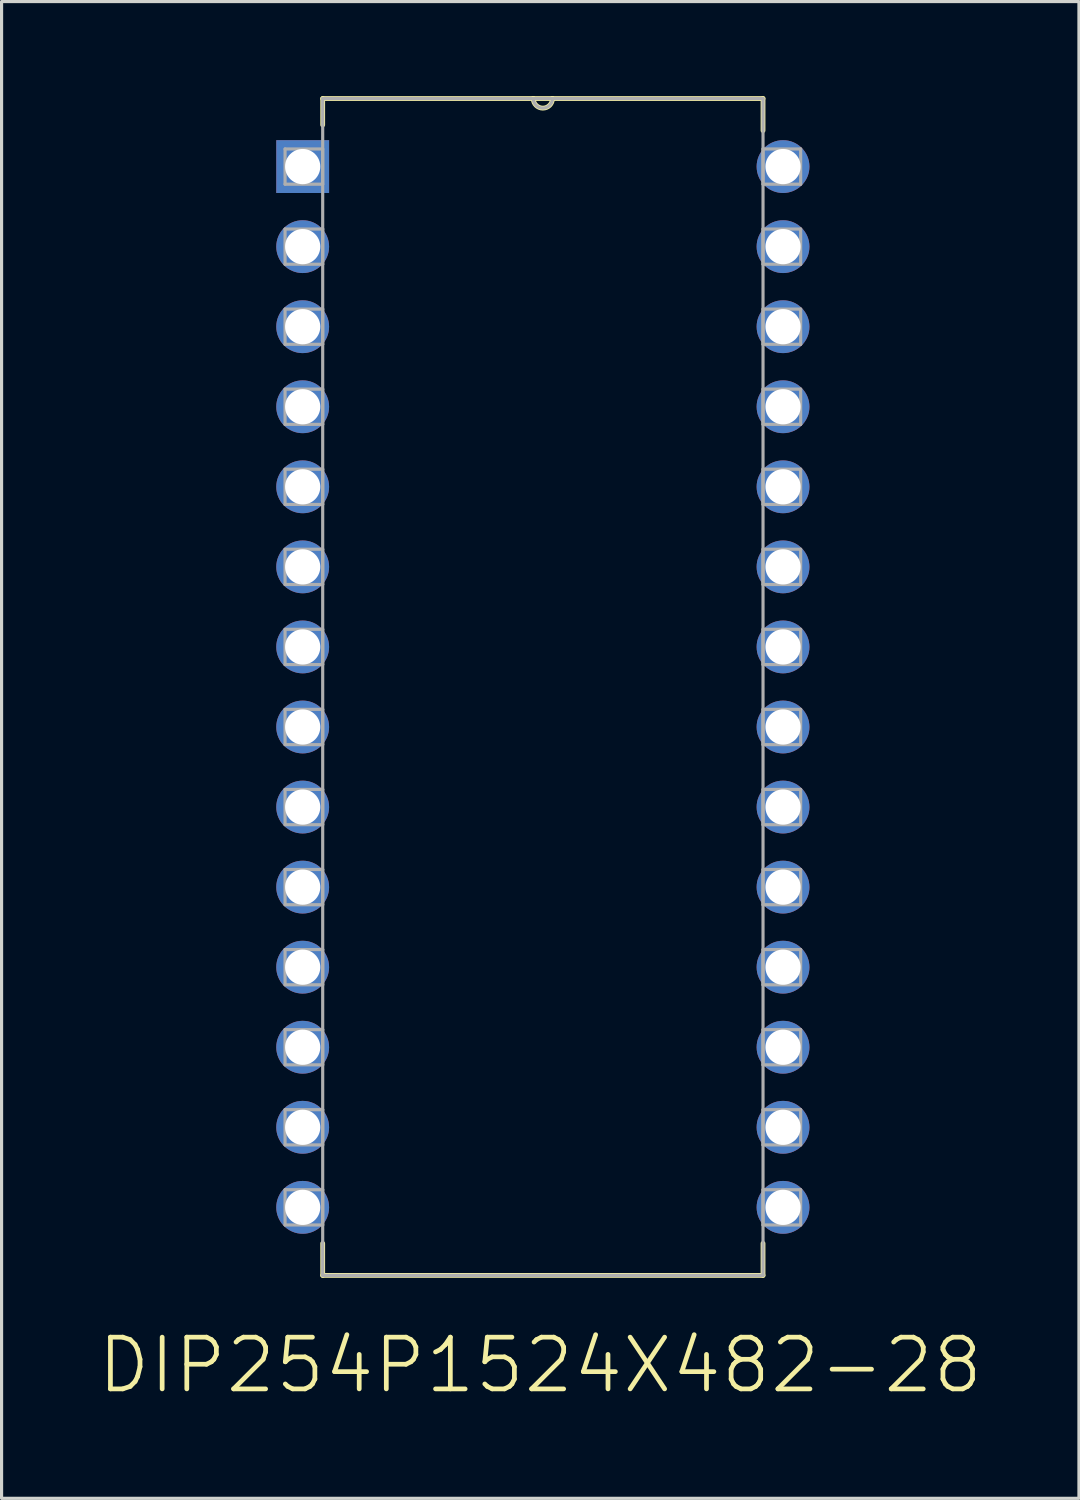
<source format=kicad_pcb>
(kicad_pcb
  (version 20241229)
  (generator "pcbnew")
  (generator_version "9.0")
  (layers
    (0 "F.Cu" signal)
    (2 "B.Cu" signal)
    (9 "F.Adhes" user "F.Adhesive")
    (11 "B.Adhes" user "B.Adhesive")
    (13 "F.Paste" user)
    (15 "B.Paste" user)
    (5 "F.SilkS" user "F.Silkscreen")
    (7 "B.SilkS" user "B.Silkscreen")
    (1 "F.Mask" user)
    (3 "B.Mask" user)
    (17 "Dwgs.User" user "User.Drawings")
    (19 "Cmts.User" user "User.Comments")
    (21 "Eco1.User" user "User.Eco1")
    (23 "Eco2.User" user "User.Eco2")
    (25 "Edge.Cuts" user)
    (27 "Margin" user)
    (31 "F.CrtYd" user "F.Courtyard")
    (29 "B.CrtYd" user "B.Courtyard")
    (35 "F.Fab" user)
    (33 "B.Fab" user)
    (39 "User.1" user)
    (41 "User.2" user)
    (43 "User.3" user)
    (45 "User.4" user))
  (footprint "DIP254P1524X482-28"
    (layer "F.Cu")
    (at 21.793 35.255)
    (property "Reference" "DIP254P1524X482-28" (at -7.703 5.008 0) (layer "F.SilkS") (effects (font (size 1.641 1.641) (thickness 0.15))))
    (attr through_hole)
    (fp_line (start -14.605 -35.179) (end -14.605 -34.341) (stroke (width 0.152) (type solid)) (layer "F.SilkS"))
    (fp_line (start -14.605 1.143) (end -14.605 2.159) (stroke (width 0.152) (type solid)) (layer "F.SilkS"))
    (fp_line (start -14.605 2.159) (end -0.635 2.159) (stroke (width 0.152) (type solid)) (layer "F.SilkS"))
    (fp_line (start -7.925 -35.179) (end -14.605 -35.179) (stroke (width 0.152) (type solid)) (layer "F.SilkS"))
    (fp_line (start -7.315 -35.179) (end -7.925 -35.179) (stroke (width 0.152) (type solid)) (layer "F.SilkS"))
    (fp_line (start -0.635 -35.179) (end -7.315 -35.179) (stroke (width 0.152) (type solid)) (layer "F.SilkS"))
    (fp_line (start -0.635 -34.163) (end -0.635 -35.179) (stroke (width 0.152) (type solid)) (layer "F.SilkS"))
    (fp_line (start -0.635 2.159) (end -0.635 1.143) (stroke (width 0.152) (type solid)) (layer "F.SilkS"))
    (fp_arc (start -7.3152 -35.179) (mid -7.62 -34.8742) (end -7.9248 -35.179) (stroke (width 0.1524) (type solid)) (layer "F.SilkS"))
    (fp_line (start -15.799 -33.579) (end -15.799 -32.461) (stroke (width 0.1) (type solid)) (layer "F.Fab"))
    (fp_line (start -15.799 -32.461) (end -14.605 -32.461) (stroke (width 0.1) (type solid)) (layer "F.Fab"))
    (fp_line (start -15.799 -31.039) (end -15.799 -29.921) (stroke (width 0.1) (type solid)) (layer "F.Fab"))
    (fp_line (start -15.799 -29.921) (end -14.605 -29.921) (stroke (width 0.1) (type solid)) (layer "F.Fab"))
    (fp_line (start -15.799 -28.499) (end -15.799 -27.381) (stroke (width 0.1) (type solid)) (layer "F.Fab"))
    (fp_line (start -15.799 -27.381) (end -14.605 -27.381) (stroke (width 0.1) (type solid)) (layer "F.Fab"))
    (fp_line (start -15.799 -25.959) (end -15.799 -24.841) (stroke (width 0.1) (type solid)) (layer "F.Fab"))
    (fp_line (start -15.799 -24.841) (end -14.605 -24.841) (stroke (width 0.1) (type solid)) (layer "F.Fab"))
    (fp_line (start -15.799 -23.419) (end -15.799 -22.301) (stroke (width 0.1) (type solid)) (layer "F.Fab"))
    (fp_line (start -15.799 -22.301) (end -14.605 -22.301) (stroke (width 0.1) (type solid)) (layer "F.Fab"))
    (fp_line (start -15.799 -20.879) (end -15.799 -19.761) (stroke (width 0.1) (type solid)) (layer "F.Fab"))
    (fp_line (start -15.799 -19.761) (end -14.605 -19.761) (stroke (width 0.1) (type solid)) (layer "F.Fab"))
    (fp_line (start -15.799 -18.339) (end -15.799 -17.221) (stroke (width 0.1) (type solid)) (layer "F.Fab"))
    (fp_line (start -15.799 -17.221) (end -14.605 -17.221) (stroke (width 0.1) (type solid)) (layer "F.Fab"))
    (fp_line (start -15.799 -15.799) (end -15.799 -14.681) (stroke (width 0.1) (type solid)) (layer "F.Fab"))
    (fp_line (start -15.799 -14.681) (end -14.605 -14.681) (stroke (width 0.1) (type solid)) (layer "F.Fab"))
    (fp_line (start -15.799 -13.259) (end -15.799 -12.141) (stroke (width 0.1) (type solid)) (layer "F.Fab"))
    (fp_line (start -15.799 -12.141) (end -14.605 -12.141) (stroke (width 0.1) (type solid)) (layer "F.Fab"))
    (fp_line (start -15.799 -10.719) (end -15.799 -9.601) (stroke (width 0.1) (type solid)) (layer "F.Fab"))
    (fp_line (start -15.799 -9.601) (end -14.605 -9.601) (stroke (width 0.1) (type solid)) (layer "F.Fab"))
    (fp_line (start -15.799 -8.179) (end -15.799 -7.061) (stroke (width 0.1) (type solid)) (layer "F.Fab"))
    (fp_line (start -15.799 -7.061) (end -14.605 -7.061) (stroke (width 0.1) (type solid)) (layer "F.Fab"))
    (fp_line (start -15.799 -5.639) (end -15.799 -4.521) (stroke (width 0.1) (type solid)) (layer "F.Fab"))
    (fp_line (start -15.799 -4.521) (end -14.605 -4.521) (stroke (width 0.1) (type solid)) (layer "F.Fab"))
    (fp_line (start -15.799 -3.099) (end -15.799 -1.981) (stroke (width 0.1) (type solid)) (layer "F.Fab"))
    (fp_line (start -15.799 -1.981) (end -14.605 -1.981) (stroke (width 0.1) (type solid)) (layer "F.Fab"))
    (fp_line (start -15.799 -0.559) (end -15.799 0.559) (stroke (width 0.1) (type solid)) (layer "F.Fab"))
    (fp_line (start -15.799 0.559) (end -14.605 0.559) (stroke (width 0.1) (type solid)) (layer "F.Fab"))
    (fp_line (start -14.605 -35.179) (end -14.605 2.159) (stroke (width 0.1) (type solid)) (layer "F.Fab"))
    (fp_line (start -14.605 -33.579) (end -15.799 -33.579) (stroke (width 0.1) (type solid)) (layer "F.Fab"))
    (fp_line (start -14.605 -32.461) (end -14.605 -33.579) (stroke (width 0.1) (type solid)) (layer "F.Fab"))
    (fp_line (start -14.605 -31.039) (end -15.799 -31.039) (stroke (width 0.1) (type solid)) (layer "F.Fab"))
    (fp_line (start -14.605 -29.921) (end -14.605 -31.039) (stroke (width 0.1) (type solid)) (layer "F.Fab"))
    (fp_line (start -14.605 -28.499) (end -15.799 -28.499) (stroke (width 0.1) (type solid)) (layer "F.Fab"))
    (fp_line (start -14.605 -27.381) (end -14.605 -28.499) (stroke (width 0.1) (type solid)) (layer "F.Fab"))
    (fp_line (start -14.605 -25.959) (end -15.799 -25.959) (stroke (width 0.1) (type solid)) (layer "F.Fab"))
    (fp_line (start -14.605 -24.841) (end -14.605 -25.959) (stroke (width 0.1) (type solid)) (layer "F.Fab"))
    (fp_line (start -14.605 -23.419) (end -15.799 -23.419) (stroke (width 0.1) (type solid)) (layer "F.Fab"))
    (fp_line (start -14.605 -22.301) (end -14.605 -23.419) (stroke (width 0.1) (type solid)) (layer "F.Fab"))
    (fp_line (start -14.605 -20.879) (end -15.799 -20.879) (stroke (width 0.1) (type solid)) (layer "F.Fab"))
    (fp_line (start -14.605 -19.761) (end -14.605 -20.879) (stroke (width 0.1) (type solid)) (layer "F.Fab"))
    (fp_line (start -14.605 -18.339) (end -15.799 -18.339) (stroke (width 0.1) (type solid)) (layer "F.Fab"))
    (fp_line (start -14.605 -17.221) (end -14.605 -18.339) (stroke (width 0.1) (type solid)) (layer "F.Fab"))
    (fp_line (start -14.605 -15.799) (end -15.799 -15.799) (stroke (width 0.1) (type solid)) (layer "F.Fab"))
    (fp_line (start -14.605 -14.681) (end -14.605 -15.799) (stroke (width 0.1) (type solid)) (layer "F.Fab"))
    (fp_line (start -14.605 -13.259) (end -15.799 -13.259) (stroke (width 0.1) (type solid)) (layer "F.Fab"))
    (fp_line (start -14.605 -12.141) (end -14.605 -13.259) (stroke (width 0.1) (type solid)) (layer "F.Fab"))
    (fp_line (start -14.605 -10.719) (end -15.799 -10.719) (stroke (width 0.1) (type solid)) (layer "F.Fab"))
    (fp_line (start -14.605 -9.601) (end -14.605 -10.719) (stroke (width 0.1) (type solid)) (layer "F.Fab"))
    (fp_line (start -14.605 -8.179) (end -15.799 -8.179) (stroke (width 0.1) (type solid)) (layer "F.Fab"))
    (fp_line (start -14.605 -7.061) (end -14.605 -8.179) (stroke (width 0.1) (type solid)) (layer "F.Fab"))
    (fp_line (start -14.605 -5.639) (end -15.799 -5.639) (stroke (width 0.1) (type solid)) (layer "F.Fab"))
    (fp_line (start -14.605 -4.521) (end -14.605 -5.639) (stroke (width 0.1) (type solid)) (layer "F.Fab"))
    (fp_line (start -14.605 -3.099) (end -15.799 -3.099) (stroke (width 0.1) (type solid)) (layer "F.Fab"))
    (fp_line (start -14.605 -1.981) (end -14.605 -3.099) (stroke (width 0.1) (type solid)) (layer "F.Fab"))
    (fp_line (start -14.605 -0.559) (end -15.799 -0.559) (stroke (width 0.1) (type solid)) (layer "F.Fab"))
    (fp_line (start -14.605 0.559) (end -14.605 -0.559) (stroke (width 0.1) (type solid)) (layer "F.Fab"))
    (fp_line (start -14.605 2.159) (end -0.635 2.159) (stroke (width 0.1) (type solid)) (layer "F.Fab"))
    (fp_line (start -7.925 -35.179) (end -14.605 -35.179) (stroke (width 0.1) (type solid)) (layer "F.Fab"))
    (fp_line (start -7.315 -35.179) (end -7.925 -35.179) (stroke (width 0.1) (type solid)) (layer "F.Fab"))
    (fp_line (start -0.635 -35.179) (end -7.315 -35.179) (stroke (width 0.1) (type solid)) (layer "F.Fab"))
    (fp_line (start -0.635 -33.579) (end -0.635 -32.461) (stroke (width 0.1) (type solid)) (layer "F.Fab"))
    (fp_line (start -0.635 -32.461) (end 0.559 -32.461) (stroke (width 0.1) (type solid)) (layer "F.Fab"))
    (fp_line (start -0.635 -31.039) (end -0.635 -29.921) (stroke (width 0.1) (type solid)) (layer "F.Fab"))
    (fp_line (start -0.635 -29.921) (end 0.559 -29.921) (stroke (width 0.1) (type solid)) (layer "F.Fab"))
    (fp_line (start -0.635 -28.499) (end -0.635 -27.381) (stroke (width 0.1) (type solid)) (layer "F.Fab"))
    (fp_line (start -0.635 -27.381) (end 0.559 -27.381) (stroke (width 0.1) (type solid)) (layer "F.Fab"))
    (fp_line (start -0.635 -25.959) (end -0.635 -24.841) (stroke (width 0.1) (type solid)) (layer "F.Fab"))
    (fp_line (start -0.635 -24.841) (end 0.559 -24.841) (stroke (width 0.1) (type solid)) (layer "F.Fab"))
    (fp_line (start -0.635 -23.419) (end -0.635 -22.301) (stroke (width 0.1) (type solid)) (layer "F.Fab"))
    (fp_line (start -0.635 -22.301) (end 0.559 -22.301) (stroke (width 0.1) (type solid)) (layer "F.Fab"))
    (fp_line (start -0.635 -20.879) (end -0.635 -19.761) (stroke (width 0.1) (type solid)) (layer "F.Fab"))
    (fp_line (start -0.635 -19.761) (end 0.559 -19.761) (stroke (width 0.1) (type solid)) (layer "F.Fab"))
    (fp_line (start -0.635 -18.339) (end -0.635 -17.221) (stroke (width 0.1) (type solid)) (layer "F.Fab"))
    (fp_line (start -0.635 -17.221) (end 0.559 -17.221) (stroke (width 0.1) (type solid)) (layer "F.Fab"))
    (fp_line (start -0.635 -15.799) (end -0.635 -14.681) (stroke (width 0.1) (type solid)) (layer "F.Fab"))
    (fp_line (start -0.635 -14.681) (end 0.559 -14.681) (stroke (width 0.1) (type solid)) (layer "F.Fab"))
    (fp_line (start -0.635 -13.259) (end -0.635 -12.141) (stroke (width 0.1) (type solid)) (layer "F.Fab"))
    (fp_line (start -0.635 -12.141) (end 0.559 -12.141) (stroke (width 0.1) (type solid)) (layer "F.Fab"))
    (fp_line (start -0.635 -10.719) (end -0.635 -9.601) (stroke (width 0.1) (type solid)) (layer "F.Fab"))
    (fp_line (start -0.635 -9.601) (end 0.559 -9.601) (stroke (width 0.1) (type solid)) (layer "F.Fab"))
    (fp_line (start -0.635 -8.179) (end -0.635 -7.061) (stroke (width 0.1) (type solid)) (layer "F.Fab"))
    (fp_line (start -0.635 -7.061) (end 0.559 -7.061) (stroke (width 0.1) (type solid)) (layer "F.Fab"))
    (fp_line (start -0.635 -5.639) (end -0.635 -4.521) (stroke (width 0.1) (type solid)) (layer "F.Fab"))
    (fp_line (start -0.635 -4.521) (end 0.559 -4.521) (stroke (width 0.1) (type solid)) (layer "F.Fab"))
    (fp_line (start -0.635 -3.099) (end -0.635 -1.981) (stroke (width 0.1) (type solid)) (layer "F.Fab"))
    (fp_line (start -0.635 -1.981) (end 0.559 -1.981) (stroke (width 0.1) (type solid)) (layer "F.Fab"))
    (fp_line (start -0.635 -0.559) (end -0.635 0.559) (stroke (width 0.1) (type solid)) (layer "F.Fab"))
    (fp_line (start -0.635 0.559) (end 0.559 0.559) (stroke (width 0.1) (type solid)) (layer "F.Fab"))
    (fp_line (start -0.635 2.159) (end -0.635 -35.179) (stroke (width 0.1) (type solid)) (layer "F.Fab"))
    (fp_line (start 0.559 -33.579) (end -0.635 -33.579) (stroke (width 0.1) (type solid)) (layer "F.Fab"))
    (fp_line (start 0.559 -32.461) (end 0.559 -33.579) (stroke (width 0.1) (type solid)) (layer "F.Fab"))
    (fp_line (start 0.559 -31.039) (end -0.635 -31.039) (stroke (width 0.1) (type solid)) (layer "F.Fab"))
    (fp_line (start 0.559 -29.921) (end 0.559 -31.039) (stroke (width 0.1) (type solid)) (layer "F.Fab"))
    (fp_line (start 0.559 -28.499) (end -0.635 -28.499) (stroke (width 0.1) (type solid)) (layer "F.Fab"))
    (fp_line (start 0.559 -27.381) (end 0.559 -28.499) (stroke (width 0.1) (type solid)) (layer "F.Fab"))
    (fp_line (start 0.559 -25.959) (end -0.635 -25.959) (stroke (width 0.1) (type solid)) (layer "F.Fab"))
    (fp_line (start 0.559 -24.841) (end 0.559 -25.959) (stroke (width 0.1) (type solid)) (layer "F.Fab"))
    (fp_line (start 0.559 -23.419) (end -0.635 -23.419) (stroke (width 0.1) (type solid)) (layer "F.Fab"))
    (fp_line (start 0.559 -22.301) (end 0.559 -23.419) (stroke (width 0.1) (type solid)) (layer "F.Fab"))
    (fp_line (start 0.559 -20.879) (end -0.635 -20.879) (stroke (width 0.1) (type solid)) (layer "F.Fab"))
    (fp_line (start 0.559 -19.761) (end 0.559 -20.879) (stroke (width 0.1) (type solid)) (layer "F.Fab"))
    (fp_line (start 0.559 -18.339) (end -0.635 -18.339) (stroke (width 0.1) (type solid)) (layer "F.Fab"))
    (fp_line (start 0.559 -17.221) (end 0.559 -18.339) (stroke (width 0.1) (type solid)) (layer "F.Fab"))
    (fp_line (start 0.559 -15.799) (end -0.635 -15.799) (stroke (width 0.1) (type solid)) (layer "F.Fab"))
    (fp_line (start 0.559 -14.681) (end 0.559 -15.799) (stroke (width 0.1) (type solid)) (layer "F.Fab"))
    (fp_line (start 0.559 -13.259) (end -0.635 -13.259) (stroke (width 0.1) (type solid)) (layer "F.Fab"))
    (fp_line (start 0.559 -12.141) (end 0.559 -13.259) (stroke (width 0.1) (type solid)) (layer "F.Fab"))
    (fp_line (start 0.559 -10.719) (end -0.635 -10.719) (stroke (width 0.1) (type solid)) (layer "F.Fab"))
    (fp_line (start 0.559 -9.601) (end 0.559 -10.719) (stroke (width 0.1) (type solid)) (layer "F.Fab"))
    (fp_line (start 0.559 -8.179) (end -0.635 -8.179) (stroke (width 0.1) (type solid)) (layer "F.Fab"))
    (fp_line (start 0.559 -7.061) (end 0.559 -8.179) (stroke (width 0.1) (type solid)) (layer "F.Fab"))
    (fp_line (start 0.559 -5.639) (end -0.635 -5.639) (stroke (width 0.1) (type solid)) (layer "F.Fab"))
    (fp_line (start 0.559 -4.521) (end 0.559 -5.639) (stroke (width 0.1) (type solid)) (layer "F.Fab"))
    (fp_line (start 0.559 -3.099) (end -0.635 -3.099) (stroke (width 0.1) (type solid)) (layer "F.Fab"))
    (fp_line (start 0.559 -1.981) (end 0.559 -3.099) (stroke (width 0.1) (type solid)) (layer "F.Fab"))
    (fp_line (start 0.559 -0.559) (end -0.635 -0.559) (stroke (width 0.1) (type solid)) (layer "F.Fab"))
    (fp_line (start 0.559 0.559) (end 0.559 -0.559) (stroke (width 0.1) (type solid)) (layer "F.Fab"))
    (fp_arc (start -7.3152 -35.179) (mid -7.62 -34.8742) (end -7.9248 -35.179) (stroke (width 0.1) (type solid)) (layer "F.Fab"))
    (pad "1" thru_hole rect (at -15.24 -33.02) (size 1.676 1.676) (drill 1.118) (layers "*.Cu" "*.Mask"))
    (pad "2" thru_hole circle (at -15.24 -30.48) (size 1.676 1.676) (drill 1.118) (layers "*.Cu" "*.Mask"))
    (pad "3" thru_hole circle (at -15.24 -27.94) (size 1.676 1.676) (drill 1.118) (layers "*.Cu" "*.Mask"))
    (pad "4" thru_hole circle (at -15.24 -25.4) (size 1.676 1.676) (drill 1.118) (layers "*.Cu" "*.Mask"))
    (pad "5" thru_hole circle (at -15.24 -22.86) (size 1.676 1.676) (drill 1.118) (layers "*.Cu" "*.Mask"))
    (pad "6" thru_hole circle (at -15.24 -20.32) (size 1.676 1.676) (drill 1.118) (layers "*.Cu" "*.Mask"))
    (pad "7" thru_hole circle (at -15.24 -17.78) (size 1.676 1.676) (drill 1.118) (layers "*.Cu" "*.Mask"))
    (pad "8" thru_hole circle (at -15.24 -15.24) (size 1.676 1.676) (drill 1.118) (layers "*.Cu" "*.Mask"))
    (pad "9" thru_hole circle (at -15.24 -12.7) (size 1.676 1.676) (drill 1.118) (layers "*.Cu" "*.Mask"))
    (pad "10" thru_hole circle (at -15.24 -10.16) (size 1.676 1.676) (drill 1.118) (layers "*.Cu" "*.Mask"))
    (pad "11" thru_hole circle (at -15.24 -7.62) (size 1.676 1.676) (drill 1.118) (layers "*.Cu" "*.Mask"))
    (pad "12" thru_hole circle (at -15.24 -5.08) (size 1.676 1.676) (drill 1.118) (layers "*.Cu" "*.Mask"))
    (pad "13" thru_hole circle (at -15.24 -2.54) (size 1.676 1.676) (drill 1.118) (layers "*.Cu" "*.Mask"))
    (pad "14" thru_hole circle (at -15.24 0) (size 1.676 1.676) (drill 1.118) (layers "*.Cu" "*.Mask"))
    (pad "15" thru_hole circle (at 0 0) (size 1.676 1.676) (drill 1.118) (layers "*.Cu" "*.Mask"))
    (pad "16" thru_hole circle (at 0 -2.54) (size 1.676 1.676) (drill 1.118) (layers "*.Cu" "*.Mask"))
    (pad "17" thru_hole circle (at 0 -5.08) (size 1.676 1.676) (drill 1.118) (layers "*.Cu" "*.Mask"))
    (pad "18" thru_hole circle (at 0 -7.62) (size 1.676 1.676) (drill 1.118) (layers "*.Cu" "*.Mask"))
    (pad "19" thru_hole circle (at 0 -10.16) (size 1.676 1.676) (drill 1.118) (layers "*.Cu" "*.Mask"))
    (pad "20" thru_hole circle (at 0 -12.7) (size 1.676 1.676) (drill 1.118) (layers "*.Cu" "*.Mask"))
    (pad "21" thru_hole circle (at 0 -15.24) (size 1.676 1.676) (drill 1.118) (layers "*.Cu" "*.Mask"))
    (pad "22" thru_hole circle (at 0 -17.78) (size 1.676 1.676) (drill 1.118) (layers "*.Cu" "*.Mask"))
    (pad "23" thru_hole circle (at 0 -20.32) (size 1.676 1.676) (drill 1.118) (layers "*.Cu" "*.Mask"))
    (pad "24" thru_hole circle (at 0 -22.86) (size 1.676 1.676) (drill 1.118) (layers "*.Cu" "*.Mask"))
    (pad "25" thru_hole circle (at 0 -25.4) (size 1.676 1.676) (drill 1.118) (layers "*.Cu" "*.Mask"))
    (pad "26" thru_hole circle (at 0 -27.94) (size 1.676 1.676) (drill 1.118) (layers "*.Cu" "*.Mask"))
    (pad "27" thru_hole circle (at 0 -30.48) (size 1.676 1.676) (drill 1.118) (layers "*.Cu" "*.Mask"))
    (pad "28" thru_hole circle (at 0 -33.02) (size 1.676 1.676) (drill 1.118) (layers "*.Cu" "*.Mask")))
  (gr_rect
    (start -3 -3)
    (end 31.181 44.487)
    (stroke (width 0.1) (type default))
    (fill no)
    (layer "Edge.Cuts")))
</source>
